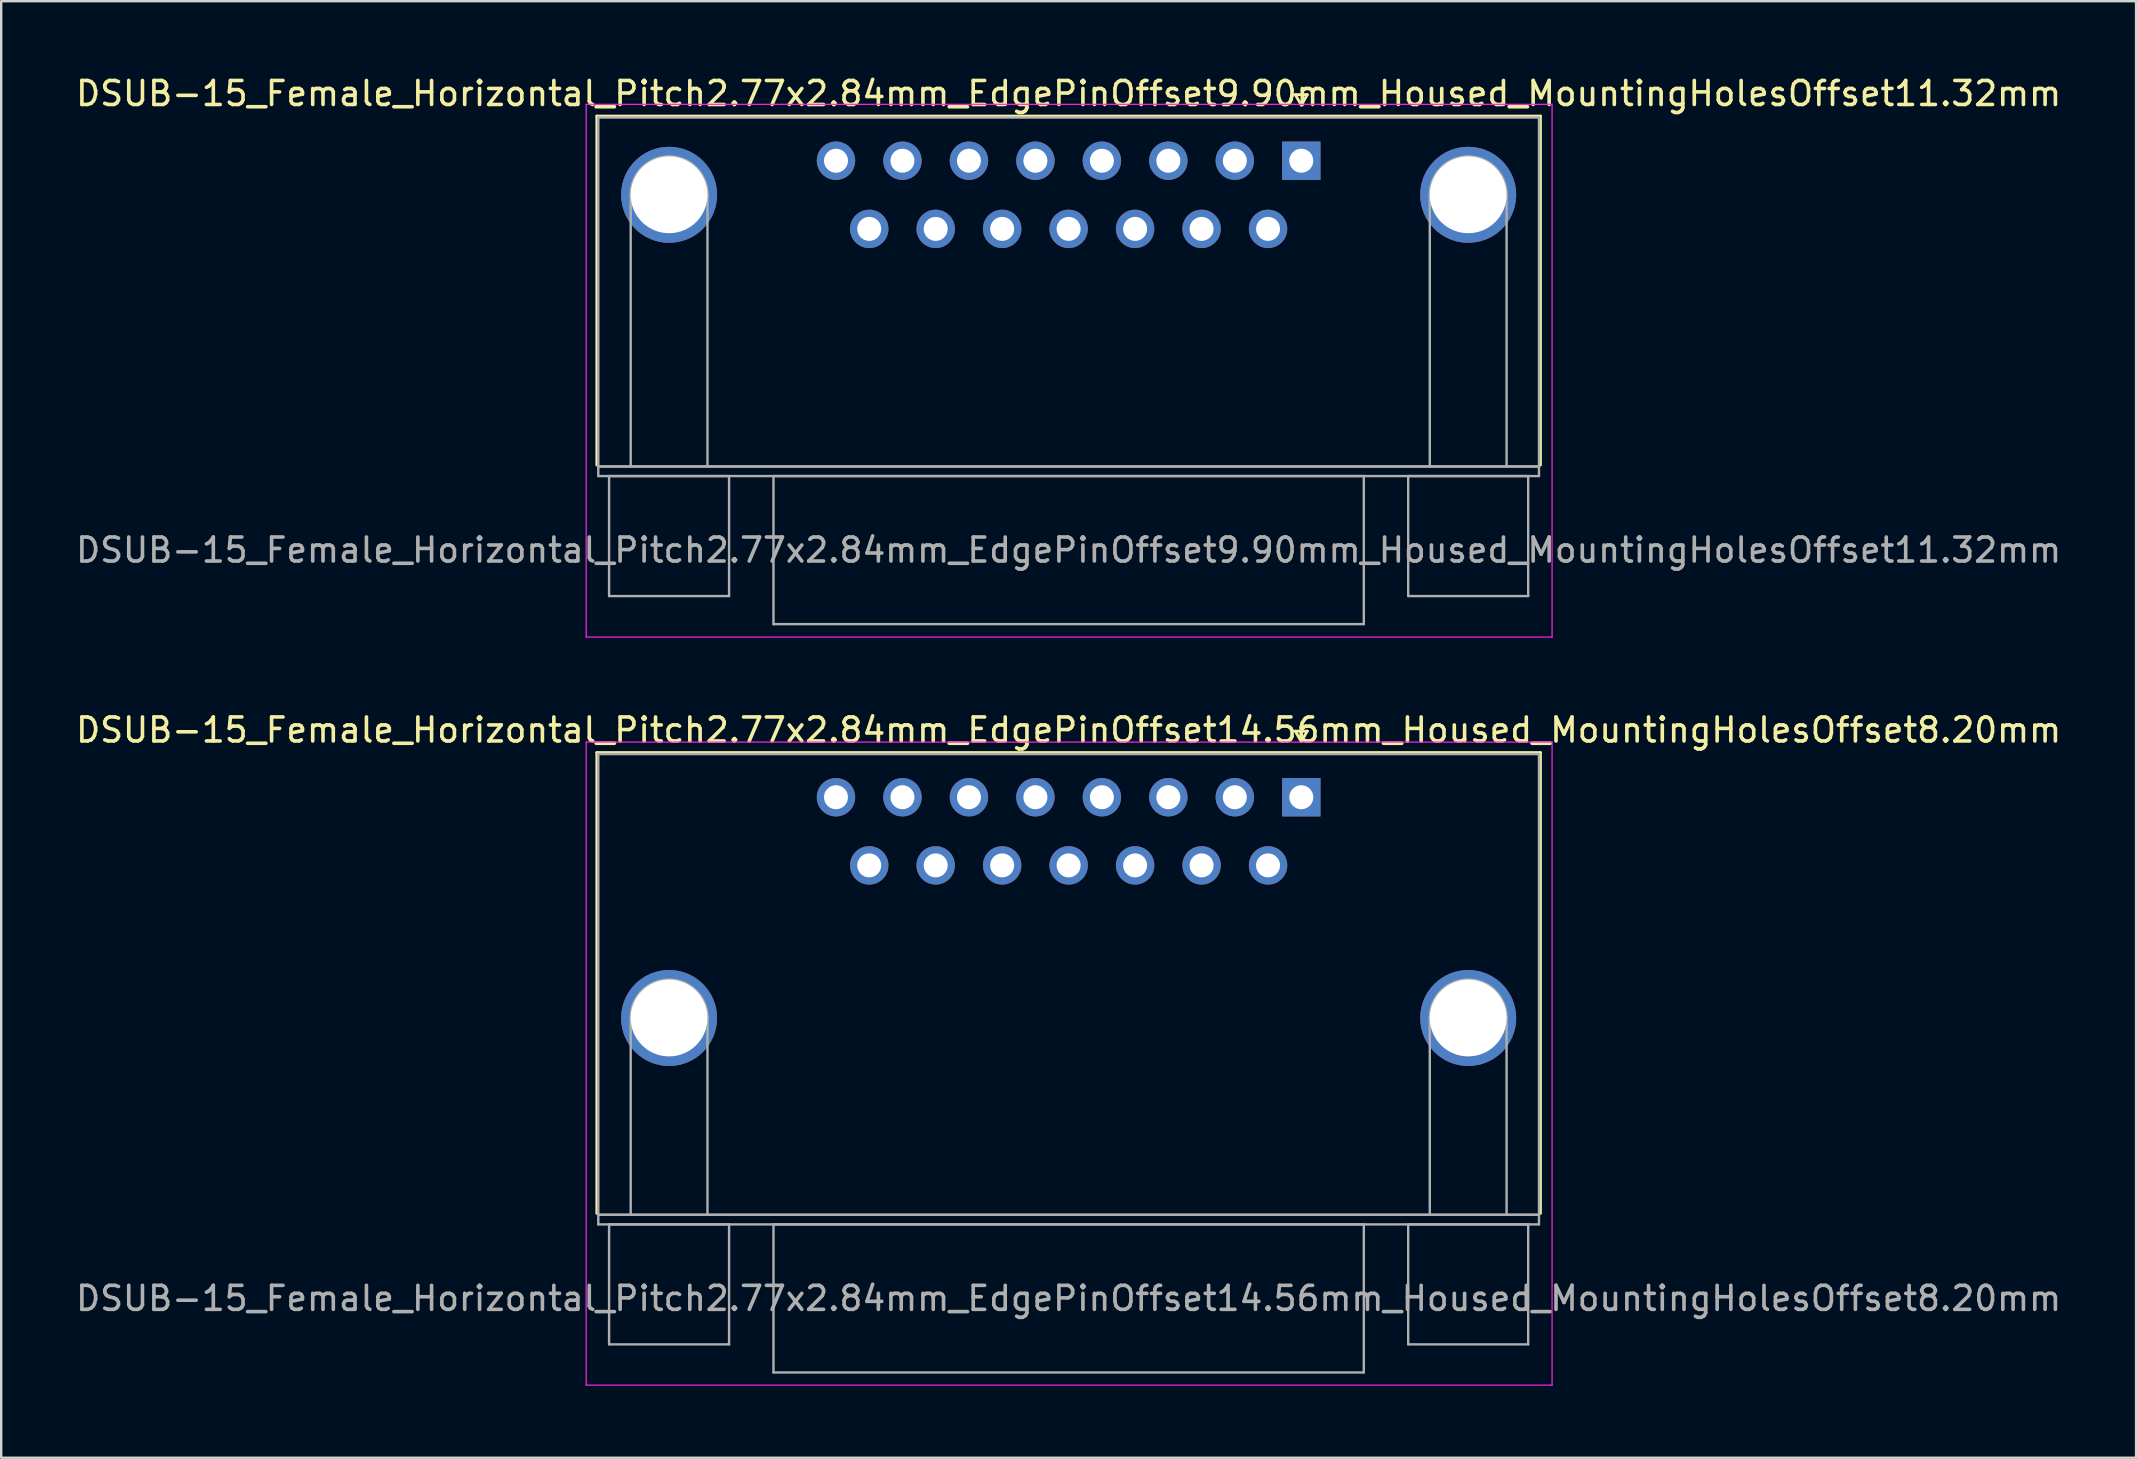
<source format=kicad_pcb>
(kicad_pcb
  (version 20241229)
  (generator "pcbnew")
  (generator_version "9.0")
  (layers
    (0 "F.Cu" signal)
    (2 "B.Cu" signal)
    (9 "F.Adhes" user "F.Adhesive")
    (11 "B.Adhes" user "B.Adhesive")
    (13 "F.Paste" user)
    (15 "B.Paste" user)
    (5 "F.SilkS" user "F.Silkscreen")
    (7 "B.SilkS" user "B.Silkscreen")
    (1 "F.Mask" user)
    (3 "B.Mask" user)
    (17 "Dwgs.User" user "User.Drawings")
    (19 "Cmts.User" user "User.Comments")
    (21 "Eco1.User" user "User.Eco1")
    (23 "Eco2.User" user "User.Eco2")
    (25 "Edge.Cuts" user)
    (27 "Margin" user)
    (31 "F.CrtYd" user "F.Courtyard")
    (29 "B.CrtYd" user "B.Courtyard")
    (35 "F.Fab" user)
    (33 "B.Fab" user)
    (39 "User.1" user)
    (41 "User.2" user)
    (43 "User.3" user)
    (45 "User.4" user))
  (footprint "DSUB-15_Female_Horizontal_Pitch2.77x2.84mm_EdgePinOffset9.90mm_Housed_MountingHolesOffset11.32mm"
    (layer "F.Cu")
    (at 51.177 3.648)
    (property "Reference" "DSUB-15_Female_Horizontal_Pitch2.77x2.84mm_EdgePinOffset9.90mm_Housed_MountingHolesOffset11.32mm" (at -9.695 -2.8 0) (layer "F.SilkS") (effects (font (size 1 1) (thickness 0.15))))
    (attr through_hole)
    (fp_line (start -29.355 -1.86) (end 9.965 -1.86) (stroke (width 0.12) (type solid)) (layer "F.SilkS"))
    (fp_line (start -29.355 12.68) (end -29.355 -1.86) (stroke (width 0.12) (type solid)) (layer "F.SilkS"))
    (fp_line (start -0.25 -2.754) (end 0.25 -2.754) (stroke (width 0.12) (type solid)) (layer "F.SilkS"))
    (fp_line (start 0 -2.321) (end -0.25 -2.754) (stroke (width 0.12) (type solid)) (layer "F.SilkS"))
    (fp_line (start 0.25 -2.754) (end 0 -2.321) (stroke (width 0.12) (type solid)) (layer "F.SilkS"))
    (fp_line (start 9.965 -1.86) (end 9.965 12.68) (stroke (width 0.12) (type solid)) (layer "F.SilkS"))
    (fp_line (start -29.8 -2.35) (end -29.8 19.85) (stroke (width 0.05) (type solid)) (layer "F.CrtYd"))
    (fp_line (start -29.8 19.85) (end 10.45 19.85) (stroke (width 0.05) (type solid)) (layer "F.CrtYd"))
    (fp_line (start 10.45 -2.35) (end -29.8 -2.35) (stroke (width 0.05) (type solid)) (layer "F.CrtYd"))
    (fp_line (start 10.45 19.85) (end 10.45 -2.35) (stroke (width 0.05) (type solid)) (layer "F.CrtYd"))
    (fp_line (start -29.295 -1.8) (end -29.295 12.74) (stroke (width 0.1) (type solid)) (layer "F.Fab"))
    (fp_line (start -29.295 12.74) (end -29.295 13.14) (stroke (width 0.1) (type solid)) (layer "F.Fab"))
    (fp_line (start -29.295 12.74) (end 9.905 12.74) (stroke (width 0.1) (type solid)) (layer "F.Fab"))
    (fp_line (start -29.295 13.14) (end 9.905 13.14) (stroke (width 0.1) (type solid)) (layer "F.Fab"))
    (fp_line (start -28.845 13.14) (end -28.845 18.14) (stroke (width 0.1) (type solid)) (layer "F.Fab"))
    (fp_line (start -28.845 18.14) (end -23.845 18.14) (stroke (width 0.1) (type solid)) (layer "F.Fab"))
    (fp_line (start -27.945 12.74) (end -27.945 1.42) (stroke (width 0.1) (type solid)) (layer "F.Fab"))
    (fp_line (start -24.745 12.74) (end -24.745 1.42) (stroke (width 0.1) (type solid)) (layer "F.Fab"))
    (fp_line (start -23.845 13.14) (end -28.845 13.14) (stroke (width 0.1) (type solid)) (layer "F.Fab"))
    (fp_line (start -23.845 18.14) (end -23.845 13.14) (stroke (width 0.1) (type solid)) (layer "F.Fab"))
    (fp_line (start -21.995 13.14) (end -21.995 19.31) (stroke (width 0.1) (type solid)) (layer "F.Fab"))
    (fp_line (start -21.995 19.31) (end 2.605 19.31) (stroke (width 0.1) (type solid)) (layer "F.Fab"))
    (fp_line (start 2.605 13.14) (end -21.995 13.14) (stroke (width 0.1) (type solid)) (layer "F.Fab"))
    (fp_line (start 2.605 19.31) (end 2.605 13.14) (stroke (width 0.1) (type solid)) (layer "F.Fab"))
    (fp_line (start 4.455 13.14) (end 4.455 18.14) (stroke (width 0.1) (type solid)) (layer "F.Fab"))
    (fp_line (start 4.455 18.14) (end 9.455 18.14) (stroke (width 0.1) (type solid)) (layer "F.Fab"))
    (fp_line (start 5.355 12.74) (end 5.355 1.42) (stroke (width 0.1) (type solid)) (layer "F.Fab"))
    (fp_line (start 8.555 12.74) (end 8.555 1.42) (stroke (width 0.1) (type solid)) (layer "F.Fab"))
    (fp_line (start 9.455 13.14) (end 4.455 13.14) (stroke (width 0.1) (type solid)) (layer "F.Fab"))
    (fp_line (start 9.455 18.14) (end 9.455 13.14) (stroke (width 0.1) (type solid)) (layer "F.Fab"))
    (fp_line (start 9.905 -1.8) (end -29.295 -1.8) (stroke (width 0.1) (type solid)) (layer "F.Fab"))
    (fp_line (start 9.905 12.74) (end -29.295 12.74) (stroke (width 0.1) (type solid)) (layer "F.Fab"))
    (fp_line (start 9.905 12.74) (end 9.905 -1.8) (stroke (width 0.1) (type solid)) (layer "F.Fab"))
    (fp_line (start 9.905 13.14) (end 9.905 12.74) (stroke (width 0.1) (type solid)) (layer "F.Fab"))
    (fp_arc (start -27.945 1.42) (mid -26.345 -0.18) (end -24.745 1.42) (stroke (width 0.1) (type solid)) (layer "F.Fab"))
    (fp_arc (start 5.355 1.42) (mid 6.955 -0.18) (end 8.555 1.42) (stroke (width 0.1) (type solid)) (layer "F.Fab"))
    (fp_text user "${REFERENCE}" (at -9.695 16.225 0) (layer "F.Fab") (effects (font (size 1 1) (thickness 0.15))))
    (pad "0" thru_hole circle (at -26.345 1.42) (size 4 4) (drill 3.2) (layers "*.Cu" "*.Mask"))
    (pad "0" thru_hole circle (at 6.955 1.42) (size 4 4) (drill 3.2) (layers "*.Cu" "*.Mask"))
    (pad "1" thru_hole rect (at 0 0) (size 1.6 1.6) (drill 1) (layers "*.Cu" "*.Mask"))
    (pad "2" thru_hole circle (at -2.77 0) (size 1.6 1.6) (drill 1) (layers "*.Cu" "*.Mask"))
    (pad "3" thru_hole circle (at -5.54 0) (size 1.6 1.6) (drill 1) (layers "*.Cu" "*.Mask"))
    (pad "4" thru_hole circle (at -8.31 0) (size 1.6 1.6) (drill 1) (layers "*.Cu" "*.Mask"))
    (pad "5" thru_hole circle (at -11.08 0) (size 1.6 1.6) (drill 1) (layers "*.Cu" "*.Mask"))
    (pad "6" thru_hole circle (at -13.85 0) (size 1.6 1.6) (drill 1) (layers "*.Cu" "*.Mask"))
    (pad "7" thru_hole circle (at -16.62 0) (size 1.6 1.6) (drill 1) (layers "*.Cu" "*.Mask"))
    (pad "8" thru_hole circle (at -19.39 0) (size 1.6 1.6) (drill 1) (layers "*.Cu" "*.Mask"))
    (pad "9" thru_hole circle (at -1.385 2.84) (size 1.6 1.6) (drill 1) (layers "*.Cu" "*.Mask"))
    (pad "10" thru_hole circle (at -4.155 2.84) (size 1.6 1.6) (drill 1) (layers "*.Cu" "*.Mask"))
    (pad "11" thru_hole circle (at -6.925 2.84) (size 1.6 1.6) (drill 1) (layers "*.Cu" "*.Mask"))
    (pad "12" thru_hole circle (at -9.695 2.84) (size 1.6 1.6) (drill 1) (layers "*.Cu" "*.Mask"))
    (pad "13" thru_hole circle (at -12.465 2.84) (size 1.6 1.6) (drill 1) (layers "*.Cu" "*.Mask"))
    (pad "14" thru_hole circle (at -15.235 2.84) (size 1.6 1.6) (drill 1) (layers "*.Cu" "*.Mask"))
    (pad "15" thru_hole circle (at -18.005 2.84) (size 1.6 1.6) (drill 1) (layers "*.Cu" "*.Mask")))
  (footprint "DSUB-15_Female_Horizontal_Pitch2.77x2.84mm_EdgePinOffset14.56mm_Housed_MountingHolesOffset8.20mm"
    (layer "F.Cu")
    (at 51.177 30.172)
    (property "Reference" "DSUB-15_Female_Horizontal_Pitch2.77x2.84mm_EdgePinOffset14.56mm_Housed_MountingHolesOffset8.20mm" (at -9.695 -2.8 0) (layer "F.SilkS") (effects (font (size 1 1) (thickness 0.15))))
    (attr through_hole)
    (fp_line (start -29.355 -1.86) (end 9.965 -1.86) (stroke (width 0.12) (type solid)) (layer "F.SilkS"))
    (fp_line (start -29.355 17.34) (end -29.355 -1.86) (stroke (width 0.12) (type solid)) (layer "F.SilkS"))
    (fp_line (start -0.25 -2.754) (end 0.25 -2.754) (stroke (width 0.12) (type solid)) (layer "F.SilkS"))
    (fp_line (start 0 -2.321) (end -0.25 -2.754) (stroke (width 0.12) (type solid)) (layer "F.SilkS"))
    (fp_line (start 0.25 -2.754) (end 0 -2.321) (stroke (width 0.12) (type solid)) (layer "F.SilkS"))
    (fp_line (start 9.965 -1.86) (end 9.965 17.34) (stroke (width 0.12) (type solid)) (layer "F.SilkS"))
    (fp_line (start -29.8 -2.3) (end -29.8 24.5) (stroke (width 0.05) (type solid)) (layer "F.CrtYd"))
    (fp_line (start -29.8 24.5) (end 10.45 24.5) (stroke (width 0.05) (type solid)) (layer "F.CrtYd"))
    (fp_line (start 10.45 -2.3) (end -29.8 -2.3) (stroke (width 0.05) (type solid)) (layer "F.CrtYd"))
    (fp_line (start 10.45 24.5) (end 10.45 -2.3) (stroke (width 0.05) (type solid)) (layer "F.CrtYd"))
    (fp_line (start -29.295 -1.8) (end -29.295 17.4) (stroke (width 0.1) (type solid)) (layer "F.Fab"))
    (fp_line (start -29.295 17.4) (end -29.295 17.8) (stroke (width 0.1) (type solid)) (layer "F.Fab"))
    (fp_line (start -29.295 17.4) (end 9.905 17.4) (stroke (width 0.1) (type solid)) (layer "F.Fab"))
    (fp_line (start -29.295 17.8) (end 9.905 17.8) (stroke (width 0.1) (type solid)) (layer "F.Fab"))
    (fp_line (start -28.845 17.8) (end -28.845 22.8) (stroke (width 0.1) (type solid)) (layer "F.Fab"))
    (fp_line (start -28.845 22.8) (end -23.845 22.8) (stroke (width 0.1) (type solid)) (layer "F.Fab"))
    (fp_line (start -27.945 17.4) (end -27.945 9.2) (stroke (width 0.1) (type solid)) (layer "F.Fab"))
    (fp_line (start -24.745 17.4) (end -24.745 9.2) (stroke (width 0.1) (type solid)) (layer "F.Fab"))
    (fp_line (start -23.845 17.8) (end -28.845 17.8) (stroke (width 0.1) (type solid)) (layer "F.Fab"))
    (fp_line (start -23.845 22.8) (end -23.845 17.8) (stroke (width 0.1) (type solid)) (layer "F.Fab"))
    (fp_line (start -21.995 17.8) (end -21.995 23.97) (stroke (width 0.1) (type solid)) (layer "F.Fab"))
    (fp_line (start -21.995 23.97) (end 2.605 23.97) (stroke (width 0.1) (type solid)) (layer "F.Fab"))
    (fp_line (start 2.605 17.8) (end -21.995 17.8) (stroke (width 0.1) (type solid)) (layer "F.Fab"))
    (fp_line (start 2.605 23.97) (end 2.605 17.8) (stroke (width 0.1) (type solid)) (layer "F.Fab"))
    (fp_line (start 4.455 17.8) (end 4.455 22.8) (stroke (width 0.1) (type solid)) (layer "F.Fab"))
    (fp_line (start 4.455 22.8) (end 9.455 22.8) (stroke (width 0.1) (type solid)) (layer "F.Fab"))
    (fp_line (start 5.355 17.4) (end 5.355 9.2) (stroke (width 0.1) (type solid)) (layer "F.Fab"))
    (fp_line (start 8.555 17.4) (end 8.555 9.2) (stroke (width 0.1) (type solid)) (layer "F.Fab"))
    (fp_line (start 9.455 17.8) (end 4.455 17.8) (stroke (width 0.1) (type solid)) (layer "F.Fab"))
    (fp_line (start 9.455 22.8) (end 9.455 17.8) (stroke (width 0.1) (type solid)) (layer "F.Fab"))
    (fp_line (start 9.905 -1.8) (end -29.295 -1.8) (stroke (width 0.1) (type solid)) (layer "F.Fab"))
    (fp_line (start 9.905 17.4) (end -29.295 17.4) (stroke (width 0.1) (type solid)) (layer "F.Fab"))
    (fp_line (start 9.905 17.4) (end 9.905 -1.8) (stroke (width 0.1) (type solid)) (layer "F.Fab"))
    (fp_line (start 9.905 17.8) (end 9.905 17.4) (stroke (width 0.1) (type solid)) (layer "F.Fab"))
    (fp_arc (start -27.945 9.2) (mid -26.345 7.6) (end -24.745 9.2) (stroke (width 0.1) (type solid)) (layer "F.Fab"))
    (fp_arc (start 5.355 9.2) (mid 6.955 7.6) (end 8.555 9.2) (stroke (width 0.1) (type solid)) (layer "F.Fab"))
    (fp_text user "${REFERENCE}" (at -9.695 20.885 0) (layer "F.Fab") (effects (font (size 1 1) (thickness 0.15))))
    (pad "0" thru_hole circle (at -26.345 9.2) (size 4 4) (drill 3.2) (layers "*.Cu" "*.Mask"))
    (pad "0" thru_hole circle (at 6.955 9.2) (size 4 4) (drill 3.2) (layers "*.Cu" "*.Mask"))
    (pad "1" thru_hole rect (at 0 0) (size 1.6 1.6) (drill 1) (layers "*.Cu" "*.Mask"))
    (pad "2" thru_hole circle (at -2.77 0) (size 1.6 1.6) (drill 1) (layers "*.Cu" "*.Mask"))
    (pad "3" thru_hole circle (at -5.54 0) (size 1.6 1.6) (drill 1) (layers "*.Cu" "*.Mask"))
    (pad "4" thru_hole circle (at -8.31 0) (size 1.6 1.6) (drill 1) (layers "*.Cu" "*.Mask"))
    (pad "5" thru_hole circle (at -11.08 0) (size 1.6 1.6) (drill 1) (layers "*.Cu" "*.Mask"))
    (pad "6" thru_hole circle (at -13.85 0) (size 1.6 1.6) (drill 1) (layers "*.Cu" "*.Mask"))
    (pad "7" thru_hole circle (at -16.62 0) (size 1.6 1.6) (drill 1) (layers "*.Cu" "*.Mask"))
    (pad "8" thru_hole circle (at -19.39 0) (size 1.6 1.6) (drill 1) (layers "*.Cu" "*.Mask"))
    (pad "9" thru_hole circle (at -1.385 2.84) (size 1.6 1.6) (drill 1) (layers "*.Cu" "*.Mask"))
    (pad "10" thru_hole circle (at -4.155 2.84) (size 1.6 1.6) (drill 1) (layers "*.Cu" "*.Mask"))
    (pad "11" thru_hole circle (at -6.925 2.84) (size 1.6 1.6) (drill 1) (layers "*.Cu" "*.Mask"))
    (pad "12" thru_hole circle (at -9.695 2.84) (size 1.6 1.6) (drill 1) (layers "*.Cu" "*.Mask"))
    (pad "13" thru_hole circle (at -12.465 2.84) (size 1.6 1.6) (drill 1) (layers "*.Cu" "*.Mask"))
    (pad "14" thru_hole circle (at -15.235 2.84) (size 1.6 1.6) (drill 1) (layers "*.Cu" "*.Mask"))
    (pad "15" thru_hole circle (at -18.005 2.84) (size 1.6 1.6) (drill 1) (layers "*.Cu" "*.Mask")))
  (gr_rect
    (start -3 -3)
    (end 85.964 57.697)
    (stroke (width 0.1) (type default))
    (fill no)
    (layer "Edge.Cuts")))
</source>
